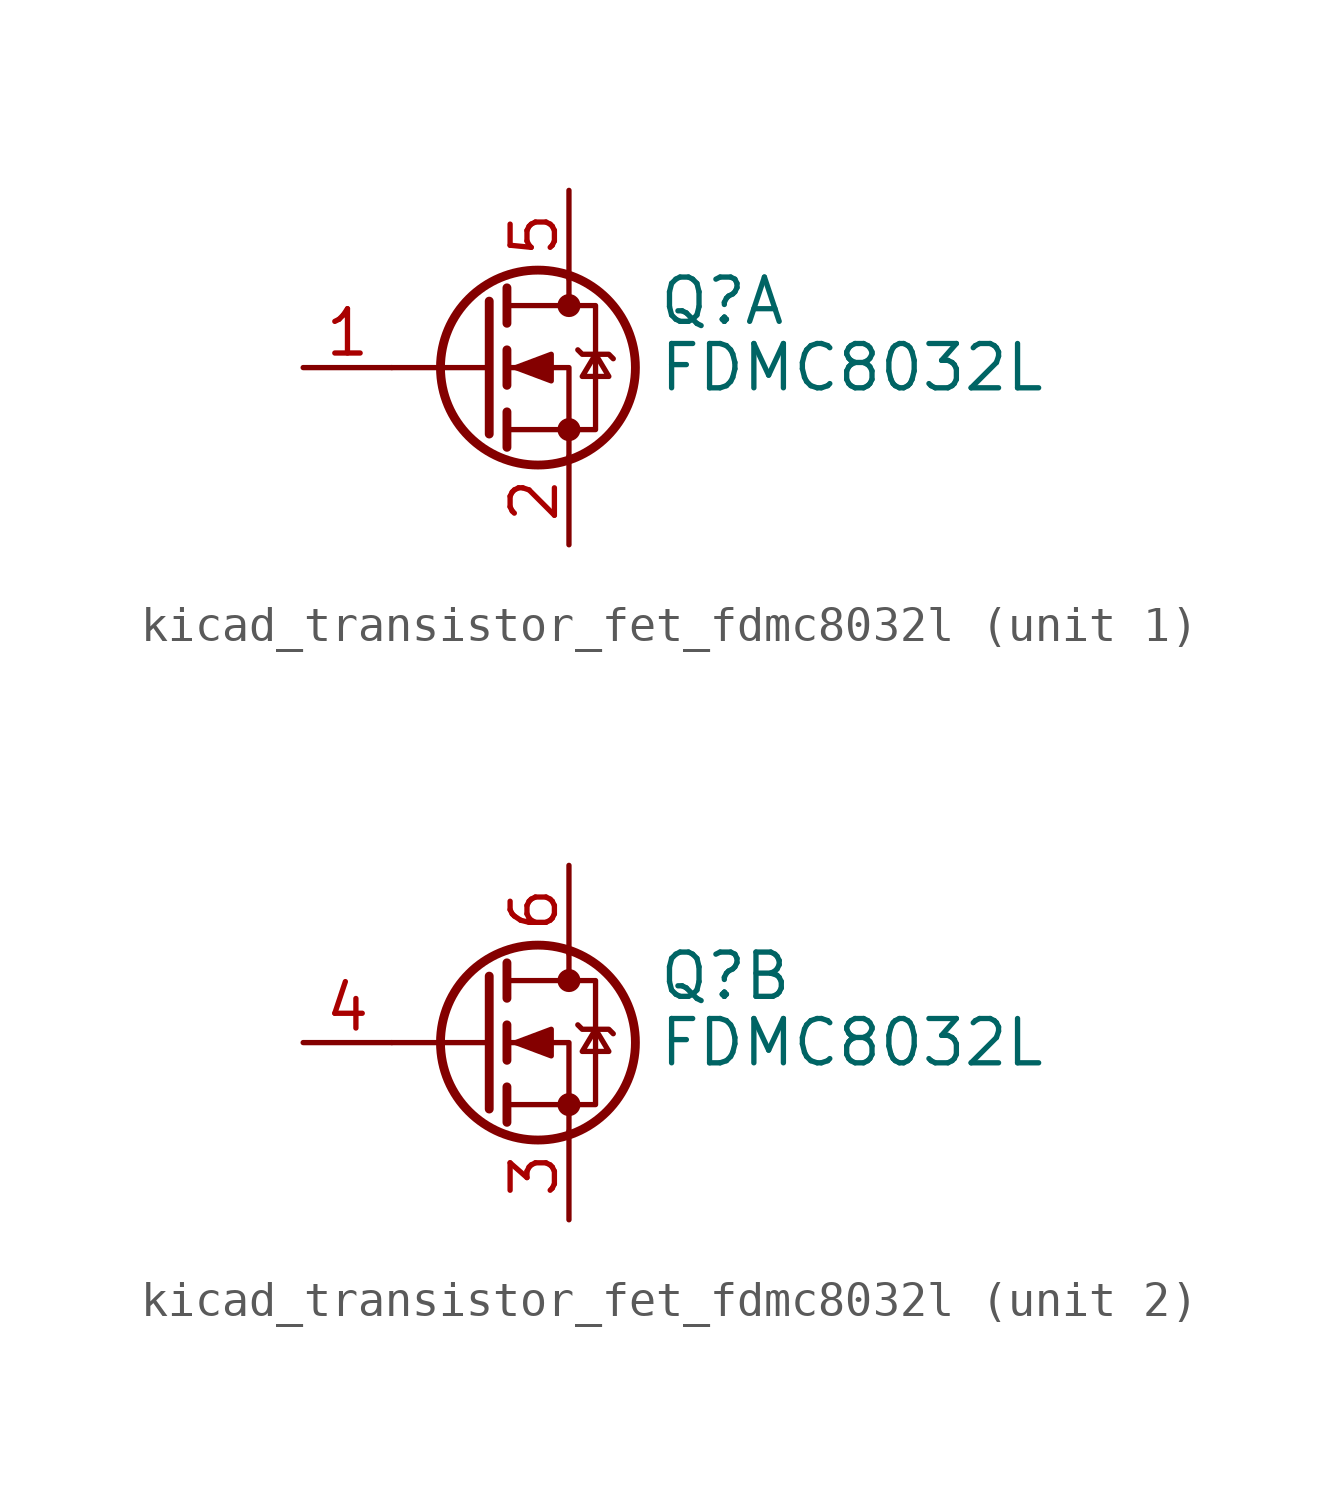
<source format=kicad_sym>
(kicad_symbol_lib
  (version 20220914)
  (generator kicad_symbol_editor)
  (symbol "kicad_transistor_fet_fdmc8032l"
    (pin_names hide)
    (property "Reference" "Q"
      (at 5.08 1.905 0)
      (effects (font (size 1.27 1.27)) (justify left)))
    (property "Value" "FDMC8032L"
      (at 5.08 0 0)
      (effects (font (size 1.27 1.27)) (justify left)))
    (symbol "kicad_transistor_fet_fdmc8032l_0_1"
      (polyline (pts (xy 0.254 0) (xy -2.54 0)) (stroke (width 0) (type default)) (fill (type none)))
      (polyline (pts (xy 0.254 1.905) (xy 0.254 -1.905)) (stroke (width 0.254) (type default)) (fill (type none)))
      (polyline (pts (xy 0.762 -1.27) (xy 0.762 -2.286)) (stroke (width 0.254) (type default)) (fill (type none)))
      (polyline (pts (xy 0.762 0.508) (xy 0.762 -0.508)) (stroke (width 0.254) (type default)) (fill (type none)))
      (polyline (pts (xy 0.762 2.286) (xy 0.762 1.27)) (stroke (width 0.254) (type default)) (fill (type none)))
      (polyline (pts (xy 2.54 2.54) (xy 2.54 1.778)) (stroke (width 0) (type default)) (fill (type none)))
      (polyline (pts (xy 2.54 -2.54) (xy 2.54 0) (xy 0.762 0)) (stroke (width 0) (type default)) (fill (type none)))
      (polyline (pts (xy 0.762 -1.778) (xy 3.302 -1.778) (xy 3.302 1.778) (xy 0.762 1.778)) (stroke (width 0) (type default)) (fill (type none)))
      (polyline (pts (xy 1.016 0) (xy 2.032 0.381) (xy 2.032 -0.381) (xy 1.016 0)) (stroke (width 0) (type default)) (fill (type outline)))
      (polyline (pts (xy 2.794 0.508) (xy 2.921 0.381) (xy 3.683 0.381) (xy 3.81 0.254)) (stroke (width 0) (type default)) (fill (type none)))
      (polyline (pts (xy 3.302 0.381) (xy 2.921 -0.254) (xy 3.683 -0.254) (xy 3.302 0.381)) (stroke (width 0) (type default)) (fill (type none)))
      (circle (center 1.651 0) (radius 2.794) (stroke (width 0.254) (type default)) (fill (type none)))
      (circle (center 2.54 -1.778) (radius 0.254) (stroke (width 0) (type default)) (fill (type outline)))
      (circle (center 2.54 1.778) (radius 0.254) (stroke (width 0) (type default)) (fill (type outline))))
    (symbol "kicad_transistor_fet_fdmc8032l_1_1"
      (pin passive line (at -5.08 0 0) (length 2.54) (name "G1" (effects (font (size 1.27 1.27)))) (number "1" (effects (font (size 1.27 1.27)))))
      (pin passive line (at 2.54 -5.08 90) (length 2.54) (name "S1" (effects (font (size 1.27 1.27)))) (number "2" (effects (font (size 1.27 1.27)))))
      (pin passive line (at 2.54 5.08 270) (length 2.54) (name "D1" (effects (font (size 1.27 1.27)))) (number "5" (effects (font (size 1.27 1.27))))))
    (symbol "kicad_transistor_fet_fdmc8032l_2_1"
      (pin passive line (at 2.54 -5.08 90) (length 2.54) (name "S2" (effects (font (size 1.27 1.27)))) (number "3" (effects (font (size 1.27 1.27)))))
      (pin passive line (at -5.08 0 0) (length 2.54) (name "G2" (effects (font (size 1.27 1.27)))) (number "4" (effects (font (size 1.27 1.27)))))
      (pin passive line (at 2.54 5.08 270) (length 2.54) (name "D2" (effects (font (size 1.27 1.27)))) (number "6" (effects (font (size 1.27 1.27))))))))
</source>
